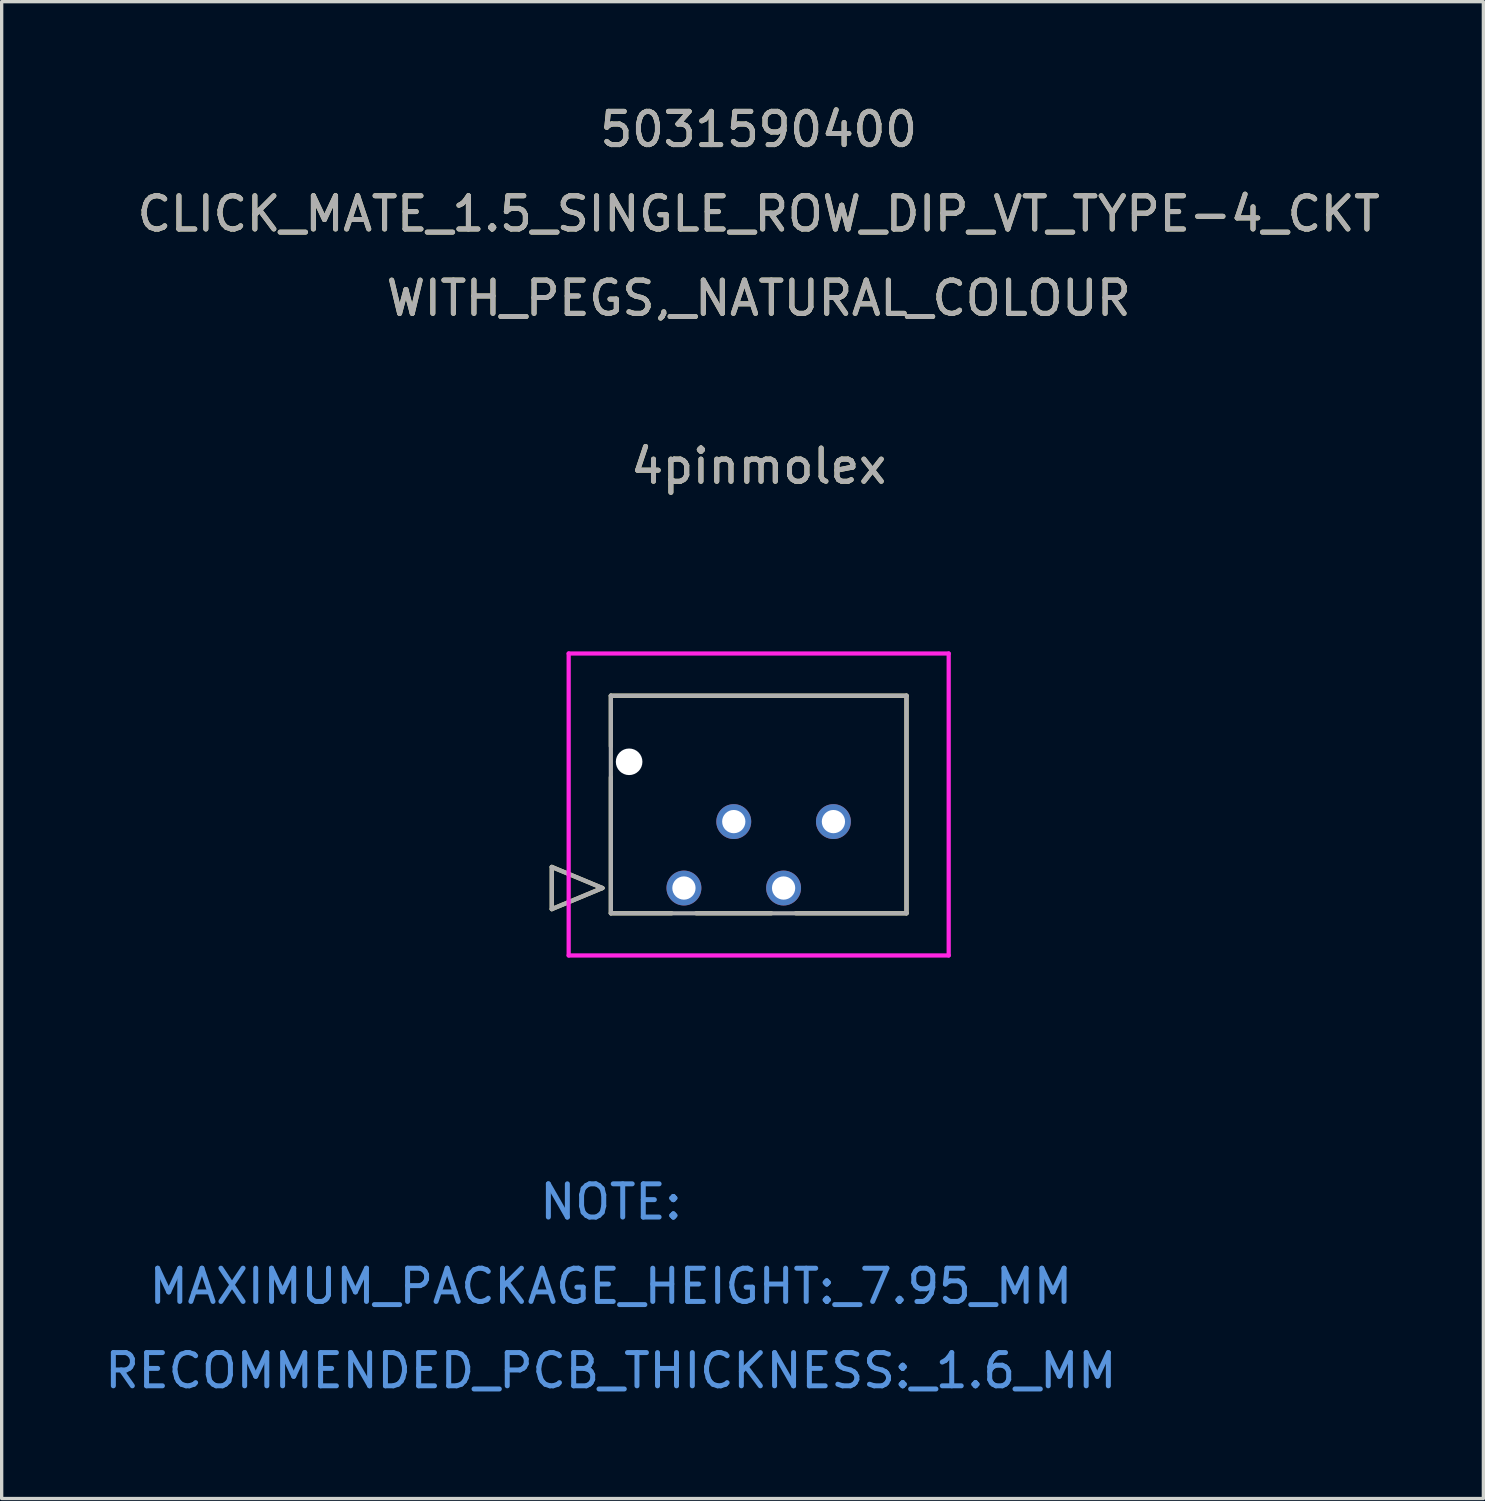
<source format=kicad_pcb>
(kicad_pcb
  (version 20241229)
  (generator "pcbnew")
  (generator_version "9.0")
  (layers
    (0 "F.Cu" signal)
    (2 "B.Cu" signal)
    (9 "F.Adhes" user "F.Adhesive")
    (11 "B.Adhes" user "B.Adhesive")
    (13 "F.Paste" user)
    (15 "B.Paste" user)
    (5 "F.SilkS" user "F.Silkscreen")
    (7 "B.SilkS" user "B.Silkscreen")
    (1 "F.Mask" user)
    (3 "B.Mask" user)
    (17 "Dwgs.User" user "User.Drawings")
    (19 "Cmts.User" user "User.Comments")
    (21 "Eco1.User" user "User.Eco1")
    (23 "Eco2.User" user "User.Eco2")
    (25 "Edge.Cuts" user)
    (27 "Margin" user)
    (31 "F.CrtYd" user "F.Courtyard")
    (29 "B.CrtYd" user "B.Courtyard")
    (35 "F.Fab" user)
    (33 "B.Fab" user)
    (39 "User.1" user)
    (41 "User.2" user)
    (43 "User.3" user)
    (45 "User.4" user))
  (footprint "4pinmolex"
    (layer "F.Cu")
    (at 17.539 23.683)
    (property "Reference" "4pinmolex" (at 2.25 -12.7 0) (unlocked yes) (layer "F.SilkS") (effects (font (size 1 1) (thickness 0.15))))
    (attr through_hole)
    (fp_line (start -3.978 -0.635) (end -2.454 0) (stroke (width 0.127) (type solid)) (layer "F.SilkS"))
    (fp_line (start -3.978 0.635) (end -3.978 -0.635) (stroke (width 0.127) (type solid)) (layer "F.SilkS"))
    (fp_line (start -2.454 0) (end -3.978 0.635) (stroke (width 0.127) (type solid)) (layer "F.SilkS"))
    (fp_line (start -2.2 -5.79) (end -2.2 -4.265) (stroke (width 0.127) (type solid)) (layer "F.SilkS"))
    (fp_line (start -2.2 -3.335) (end -2.2 0.76) (stroke (width 0.127) (type solid)) (layer "F.SilkS"))
    (fp_line (start -2.2 0.76) (end -0.369 0.76) (stroke (width 0.127) (type solid)) (layer "F.SilkS"))
    (fp_line (start 0.369 0.76) (end 2.631 0.76) (stroke (width 0.127) (type solid)) (layer "F.SilkS"))
    (fp_line (start 3.369 0.76) (end 6.7 0.76) (stroke (width 0.127) (type solid)) (layer "F.SilkS"))
    (fp_line (start 6.7 -5.79) (end -2.2 -5.79) (stroke (width 0.127) (type solid)) (layer "F.SilkS"))
    (fp_line (start 6.7 0.76) (end 6.7 -5.79) (stroke (width 0.127) (type solid)) (layer "F.SilkS"))
    (fp_line (start -3.47 -7.06) (end -3.47 2.03) (stroke (width 0.127) (type solid)) (layer "F.CrtYd"))
    (fp_line (start -3.47 2.03) (end 7.97 2.03) (stroke (width 0.127) (type solid)) (layer "F.CrtYd"))
    (fp_line (start 7.97 -7.06) (end -3.47 -7.06) (stroke (width 0.127) (type solid)) (layer "F.CrtYd"))
    (fp_line (start 7.97 2.03) (end 7.97 -7.06) (stroke (width 0.127) (type solid)) (layer "F.CrtYd"))
    (fp_line (start -3.978 -0.635) (end -2.454 0) (stroke (width 0.127) (type solid)) (layer "F.Fab"))
    (fp_line (start -3.978 0.635) (end -3.978 -0.635) (stroke (width 0.127) (type solid)) (layer "F.Fab"))
    (fp_line (start -2.454 0) (end -3.978 0.635) (stroke (width 0.127) (type solid)) (layer "F.Fab"))
    (fp_line (start -2.2 -5.79) (end -2.2 0.76) (stroke (width 0.127) (type solid)) (layer "F.Fab"))
    (fp_line (start -2.2 0.76) (end 6.7 0.76) (stroke (width 0.127) (type solid)) (layer "F.Fab"))
    (fp_line (start 6.7 -5.79) (end -2.2 -5.79) (stroke (width 0.127) (type solid)) (layer "F.Fab"))
    (fp_line (start 6.7 0.76) (end 6.7 -5.79) (stroke (width 0.127) (type solid)) (layer "F.Fab"))
    (fp_text user "WITH_PEGS,_NATURAL_COLOUR" (at 2.25 -17.755 0) (unlocked yes) (layer "F.SilkS") (effects (font (size 1 1) (thickness 0.15))))
    (fp_text user "CLICK_MATE_1.5_SINGLE_ROW_DIP_VT_TYPE-4_CKT" (at 2.25 -20.295 0) (unlocked yes) (layer "F.SilkS") (effects (font (size 1 1) (thickness 0.15))))
    (fp_text user "5031590400" (at 2.25 -22.835 0) (unlocked yes) (layer "F.SilkS") (effects (font (size 1 1) (thickness 0.15))))
    (fp_text user "MAXIMUM_PACKAGE_HEIGHT:_7.95_MM" (at -2.2 11.99 0) (unlocked yes) (layer "Cmts.User") (effects (font (size 1 1) (thickness 0.15))))
    (fp_text user "RECOMMENDED_PCB_THICKNESS:_1.6_MM" (at -2.2 14.53 0) (unlocked yes) (layer "Cmts.User") (effects (font (size 1 1) (thickness 0.15))))
    (fp_text user "NOTE:" (at -2.2 9.45 0) (unlocked yes) (layer "Cmts.User") (effects (font (size 1 1) (thickness 0.15))))
    (fp_text user "5031590400" (at 2.25 -22.835 0) (unlocked yes) (layer "F.Fab") (effects (font (size 1 1) (thickness 0.15))))
    (fp_text user "${REFERENCE}" (at 2.25 -12.7 0) (unlocked yes) (layer "F.Fab") (effects (font (size 1 1) (thickness 0.15))))
    (fp_text user "CLICK_MATE_1.5_SINGLE_ROW_DIP_VT_TYPE-4_CKT" (at 2.25 -20.295 0) (unlocked yes) (layer "F.Fab") (effects (font (size 1 1) (thickness 0.15))))
    (fp_text user "WITH_PEGS,_NATURAL_COLOUR" (at 2.25 -17.755 0) (unlocked yes) (layer "F.Fab") (effects (font (size 1 1) (thickness 0.15))))
    (pad "" np_thru_hole circle (at -1.65 -3.8) (size 0.8 0.8) (drill 0.8) (layers "*.Cu" "*.Mask"))
    (pad "1" thru_hole circle (at 0 0 90) (size 1.05 1.05) (drill 0.7) (layers "*.Cu" "*.Mask"))
    (pad "2" thru_hole circle (at 1.5 -2 90) (size 1.05 1.05) (drill 0.7) (layers "*.Cu" "*.Mask"))
    (pad "3" thru_hole circle (at 3 0 90) (size 1.05 1.05) (drill 0.7) (layers "*.Cu" "*.Mask"))
    (pad "4" thru_hole circle (at 4.5 -2 90) (size 1.05 1.05) (drill 0.7) (layers "*.Cu" "*.Mask")))
  (gr_rect
    (start -3 -3)
    (end 41.605 42.062)
    (stroke (width 0.1) (type default))
    (fill no)
    (layer "Edge.Cuts")))
</source>
